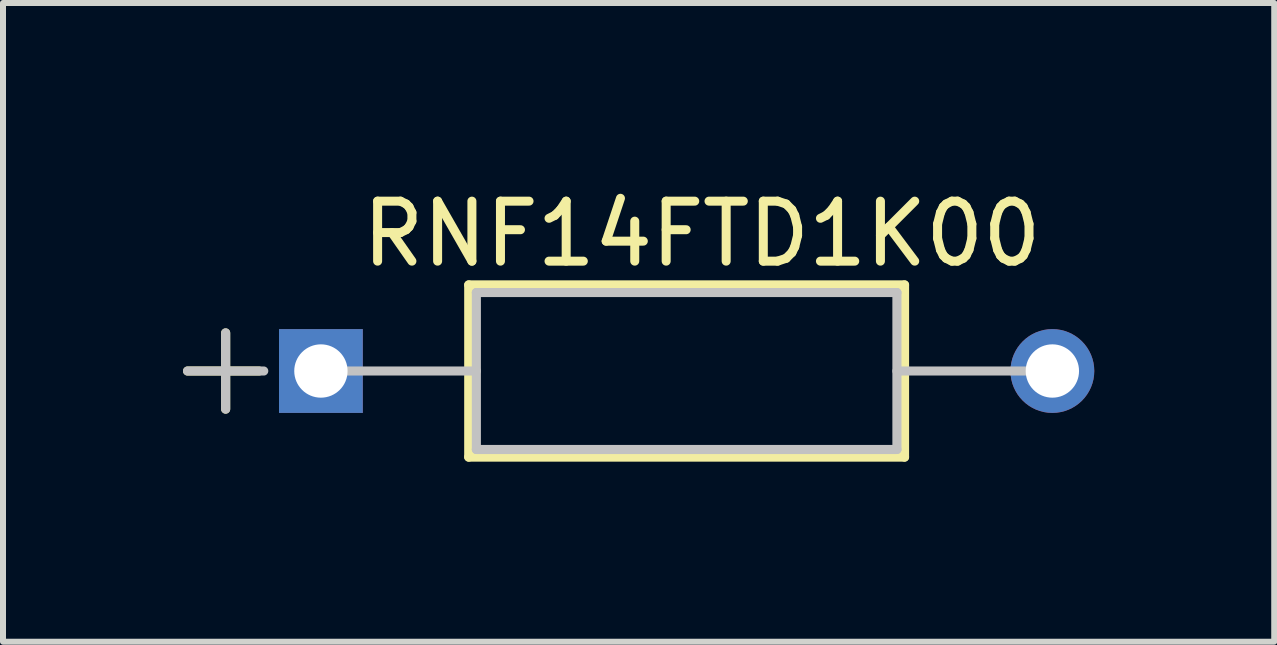
<source format=kicad_pcb>
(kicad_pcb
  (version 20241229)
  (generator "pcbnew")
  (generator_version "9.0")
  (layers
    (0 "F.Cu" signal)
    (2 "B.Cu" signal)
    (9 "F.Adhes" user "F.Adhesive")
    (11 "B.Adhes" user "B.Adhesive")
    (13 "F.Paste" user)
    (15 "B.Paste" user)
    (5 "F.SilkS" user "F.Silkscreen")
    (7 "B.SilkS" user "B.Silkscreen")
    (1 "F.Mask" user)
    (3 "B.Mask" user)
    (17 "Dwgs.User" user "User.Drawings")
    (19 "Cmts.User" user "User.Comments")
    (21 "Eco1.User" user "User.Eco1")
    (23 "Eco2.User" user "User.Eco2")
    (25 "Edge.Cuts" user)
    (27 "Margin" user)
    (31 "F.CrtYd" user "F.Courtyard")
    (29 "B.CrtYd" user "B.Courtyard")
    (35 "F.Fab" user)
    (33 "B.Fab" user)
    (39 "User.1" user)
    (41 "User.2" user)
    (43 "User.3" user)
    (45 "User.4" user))
  (footprint "RNF14FTD1K00"
    (layer "F.Cu")
    (at 14.491 3.134)
    (property "Reference" "RNF14FTD1K00" (at -5.842 -2.286 0) (layer "F.SilkS") (effects (font (size 1 1) (thickness 0.15))))
    (attr through_hole)
    (fp_line (start -14.415 0) (end -13.223 0) (stroke (width 0.152) (type solid)) (layer "F.SilkS"))
    (fp_line (start -13.78 -0.635) (end -13.78 0.635) (stroke (width 0.152) (type solid)) (layer "F.SilkS"))
    (fp_line (start -9.728 -1.435) (end -9.728 1.435) (stroke (width 0.152) (type solid)) (layer "F.SilkS"))
    (fp_line (start -9.728 1.435) (end -2.464 1.435) (stroke (width 0.152) (type solid)) (layer "F.SilkS"))
    (fp_line (start -2.464 -1.435) (end -9.728 -1.435) (stroke (width 0.152) (type solid)) (layer "F.SilkS"))
    (fp_line (start -2.464 1.435) (end -2.464 -1.435) (stroke (width 0.152) (type solid)) (layer "F.SilkS"))
    (fp_line (start -14.415 0) (end -13.145 0) (stroke (width 0.152) (type solid)) (layer "Dwgs.User"))
    (fp_line (start -13.78 -0.635) (end -13.78 0.635) (stroke (width 0.152) (type solid)) (layer "Dwgs.User"))
    (fp_line (start -12.192 0) (end -9.601 0) (stroke (width 0.152) (type solid)) (layer "Dwgs.User"))
    (fp_line (start -9.601 -1.308) (end -9.601 1.308) (stroke (width 0.152) (type solid)) (layer "Dwgs.User"))
    (fp_line (start -9.601 1.308) (end -2.591 1.308) (stroke (width 0.152) (type solid)) (layer "Dwgs.User"))
    (fp_line (start -2.591 -1.308) (end -9.601 -1.308) (stroke (width 0.152) (type solid)) (layer "Dwgs.User"))
    (fp_line (start -2.591 1.308) (end -2.591 -1.308) (stroke (width 0.152) (type solid)) (layer "Dwgs.User"))
    (fp_line (start 0 0) (end -2.591 0) (stroke (width 0.152) (type solid)) (layer "Dwgs.User"))
    (pad "1" thru_hole rect (at -12.192 0) (size 1.397 1.397) (drill 0.889) (layers "*.Cu" "*.Mask"))
    (pad "2" thru_hole circle (at 0 0) (size 1.397 1.397) (drill 0.889) (layers "*.Cu" "*.Mask")))
  (gr_rect
    (start -3 -3)
    (end 18.189 7.646)
    (stroke (width 0.1) (type default))
    (fill no)
    (layer "Edge.Cuts")))
</source>
